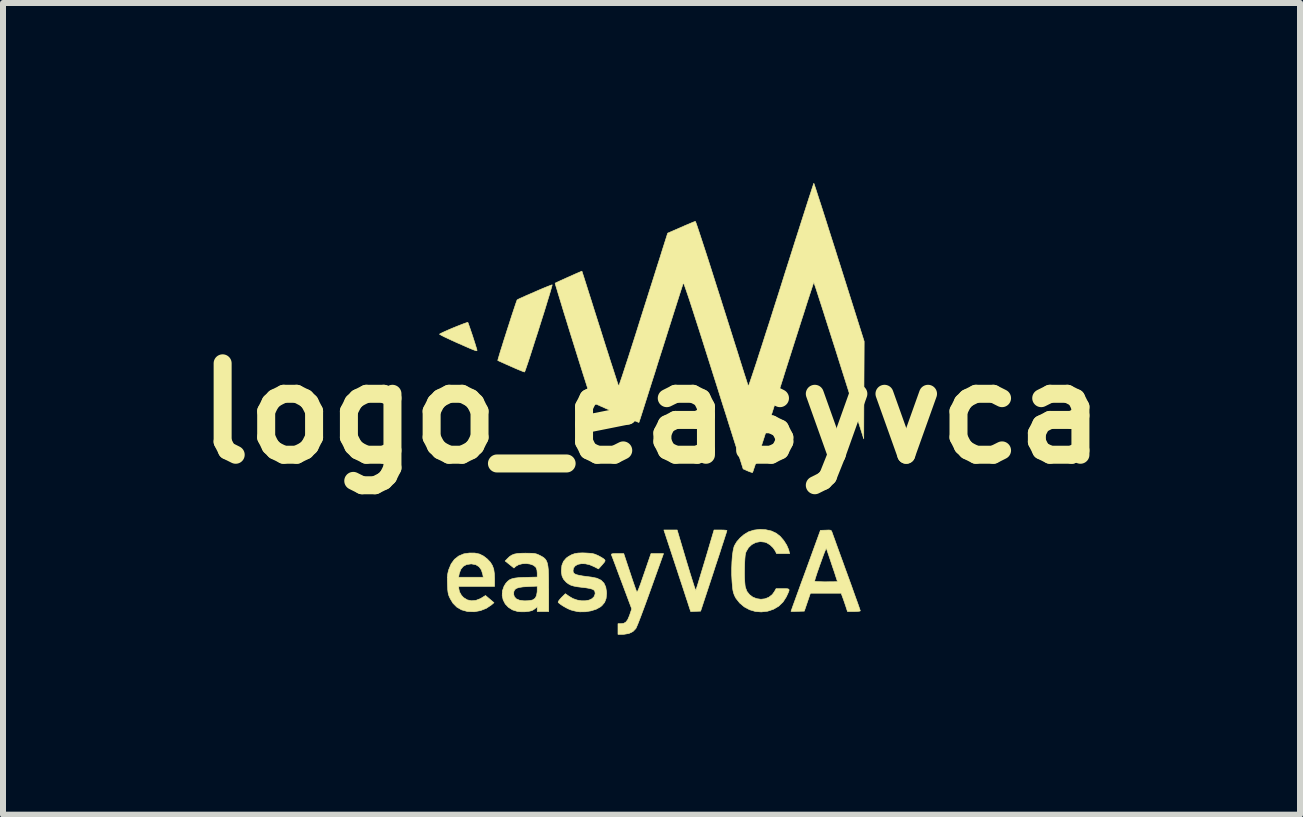
<source format=kicad_pcb>
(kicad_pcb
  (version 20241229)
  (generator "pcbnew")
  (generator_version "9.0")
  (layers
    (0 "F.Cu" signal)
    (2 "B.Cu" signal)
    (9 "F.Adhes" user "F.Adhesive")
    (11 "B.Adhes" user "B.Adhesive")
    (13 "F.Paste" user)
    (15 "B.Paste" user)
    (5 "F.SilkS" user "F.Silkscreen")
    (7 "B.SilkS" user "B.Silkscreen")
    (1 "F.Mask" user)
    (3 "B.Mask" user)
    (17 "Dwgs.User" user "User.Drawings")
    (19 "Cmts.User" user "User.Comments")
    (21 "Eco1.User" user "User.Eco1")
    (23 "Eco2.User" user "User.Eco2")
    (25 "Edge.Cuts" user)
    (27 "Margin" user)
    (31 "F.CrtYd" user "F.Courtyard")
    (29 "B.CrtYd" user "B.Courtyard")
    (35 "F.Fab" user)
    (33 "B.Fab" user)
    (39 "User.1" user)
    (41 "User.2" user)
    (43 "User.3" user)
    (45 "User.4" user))
  (footprint "logo_easyvca"
    (layer "F.Cu")
    (at 7.809 3.84)
    (property "Reference" "logo_easyvca" (at 0 0 0) (layer "F.SilkS") (effects (font (size 1.524 1.524) (thickness 0.3))))
    (attr through_hole)
    (fp_poly (pts (xy -3.061 -1.516) (xy -3.055 -1.502) (xy -3.043 -1.468) (xy -3.026 -1.419) (xy -3.006 -1.36) (xy -2.984 -1.296) (xy -2.963 -1.23) (xy -2.943 -1.168) (xy -2.927 -1.115) (xy -2.914 -1.074) (xy -2.909 -1.052) (xy -2.908 -1.049) (xy -2.911 -1.045) (xy -2.92 -1.044) (xy -2.937 -1.048) (xy -2.966 -1.059) (xy -3.009 -1.076) (xy -3.067 -1.101) (xy -3.144 -1.135) (xy -3.242 -1.178) (xy -3.322 -1.214) (xy -3.394 -1.248) (xy -3.454 -1.276) (xy -3.499 -1.299) (xy -3.527 -1.315) (xy -3.534 -1.321) (xy -3.515 -1.332) (xy -3.478 -1.35) (xy -3.428 -1.373) (xy -3.369 -1.399) (xy -3.305 -1.426) (xy -3.241 -1.452) (xy -3.18 -1.476) (xy -3.128 -1.496) (xy -3.088 -1.51) (xy -3.065 -1.517) (xy -3.061 -1.516)) (stroke (width 0.01) (type solid)) (fill yes) (layer "F.SilkS"))
    (fp_poly (pts (xy 0.578 2.451) (xy 0.611 2.559) (xy 0.641 2.659) (xy 0.669 2.748) (xy 0.693 2.824) (xy 0.712 2.884) (xy 0.727 2.926) (xy 0.735 2.947) (xy 0.737 2.949) (xy 0.742 2.939) (xy 0.751 2.91) (xy 0.766 2.864) (xy 0.786 2.798) (xy 0.812 2.712) (xy 0.844 2.606) (xy 0.883 2.478) (xy 0.928 2.328) (xy 0.979 2.155) (xy 1.024 2.003) (xy 1.042 1.943) (xy 1.15 1.943) (xy 1.198 1.944) (xy 1.236 1.947) (xy 1.255 1.951) (xy 1.257 1.953) (xy 1.253 1.966) (xy 1.242 2.002) (xy 1.224 2.057) (xy 1.201 2.129) (xy 1.172 2.217) (xy 1.14 2.318) (xy 1.103 2.43) (xy 1.063 2.55) (xy 1.038 2.629) (xy 0.818 3.296) (xy 0.736 3.299) (xy 0.653 3.303) (xy 0.612 3.179) (xy 0.6 3.14) (xy 0.58 3.081) (xy 0.555 3.004) (xy 0.525 2.912) (xy 0.491 2.809) (xy 0.454 2.697) (xy 0.416 2.58) (xy 0.389 2.499) (xy 0.206 1.943) (xy 0.427 1.943) (xy 0.578 2.451)) (stroke (width 0.01) (type solid)) (fill yes) (layer "F.SilkS"))
    (fp_poly (pts (xy -0.363 2.638) (xy -0.335 2.723) (xy -0.309 2.8) (xy -0.286 2.867) (xy -0.267 2.92) (xy -0.254 2.956) (xy -0.249 2.968) (xy -0.244 2.974) (xy -0.238 2.971) (xy -0.229 2.958) (xy -0.217 2.932) (xy -0.201 2.89) (xy -0.179 2.831) (xy -0.152 2.752) (xy -0.122 2.666) (xy -0.009 2.337) (xy 0.2 2.337) (xy -0.015 2.937) (xy -0.058 3.056) (xy -0.099 3.169) (xy -0.138 3.274) (xy -0.173 3.368) (xy -0.204 3.449) (xy -0.229 3.513) (xy -0.249 3.559) (xy -0.26 3.584) (xy -0.261 3.585) (xy -0.31 3.636) (xy -0.376 3.668) (xy -0.459 3.682) (xy -0.479 3.683) (xy -0.559 3.683) (xy -0.559 3.505) (xy -0.51 3.505) (xy -0.464 3.499) (xy -0.428 3.478) (xy -0.398 3.44) (xy -0.372 3.38) (xy -0.363 3.356) (xy -0.33 3.258) (xy -0.494 2.819) (xy -0.532 2.719) (xy -0.567 2.625) (xy -0.598 2.541) (xy -0.625 2.47) (xy -0.646 2.414) (xy -0.661 2.376) (xy -0.667 2.359) (xy -0.667 2.359) (xy -0.669 2.348) (xy -0.661 2.342) (xy -0.64 2.338) (xy -0.6 2.337) (xy -0.569 2.337) (xy -0.463 2.337) (xy -0.363 2.638)) (stroke (width 0.01) (type solid)) (fill yes) (layer "F.SilkS"))
    (fp_poly (pts (xy -1.658 -2.13) (xy -1.668 -2.095) (xy -1.683 -2.041) (xy -1.704 -1.971) (xy -1.73 -1.887) (xy -1.759 -1.791) (xy -1.791 -1.687) (xy -1.826 -1.577) (xy -1.862 -1.463) (xy -1.898 -1.348) (xy -1.935 -1.235) (xy -1.97 -1.125) (xy -2.003 -1.022) (xy -2.033 -0.929) (xy -2.06 -0.847) (xy -2.083 -0.78) (xy -2.1 -0.73) (xy -2.112 -0.699) (xy -2.116 -0.69) (xy -2.131 -0.694) (xy -2.165 -0.707) (xy -2.214 -0.727) (xy -2.275 -0.753) (xy -2.343 -0.783) (xy -2.411 -0.813) (xy -2.471 -0.84) (xy -2.519 -0.862) (xy -2.55 -0.876) (xy -2.563 -0.882) (xy -2.563 -0.882) (xy -2.56 -0.895) (xy -2.55 -0.929) (xy -2.535 -0.98) (xy -2.515 -1.047) (xy -2.49 -1.125) (xy -2.463 -1.213) (xy -2.433 -1.306) (xy -2.403 -1.401) (xy -2.372 -1.496) (xy -2.343 -1.588) (xy -2.315 -1.673) (xy -2.29 -1.748) (xy -2.269 -1.811) (xy -2.253 -1.857) (xy -2.243 -1.885) (xy -2.24 -1.891) (xy -2.224 -1.901) (xy -2.189 -1.918) (xy -2.139 -1.94) (xy -2.078 -1.968) (xy -2.01 -1.997) (xy -1.939 -2.028) (xy -1.868 -2.059) (xy -1.802 -2.087) (xy -1.743 -2.111) (xy -1.697 -2.129) (xy -1.667 -2.14) (xy -1.656 -2.143) (xy -1.658 -2.13)) (stroke (width 0.01) (type solid)) (fill yes) (layer "F.SilkS"))
    (fp_poly (pts (xy -2.944 2.328) (xy -2.868 2.344) (xy -2.8 2.378) (xy -2.737 2.427) (xy -2.687 2.48) (xy -2.653 2.534) (xy -2.63 2.597) (xy -2.619 2.674) (xy -2.616 2.756) (xy -2.616 2.883) (xy -3.213 2.883) (xy -3.213 2.915) (xy -3.201 2.974) (xy -3.169 3.031) (xy -3.133 3.07) (xy -3.071 3.108) (xy -3.001 3.123) (xy -2.926 3.116) (xy -2.849 3.086) (xy -2.83 3.074) (xy -2.767 3.035) (xy -2.626 3.155) (xy -2.669 3.192) (xy -2.754 3.249) (xy -2.851 3.287) (xy -2.955 3.306) (xy -3.06 3.302) (xy -3.071 3.301) (xy -3.167 3.274) (xy -3.246 3.228) (xy -3.31 3.163) (xy -3.355 3.088) (xy -3.373 3.05) (xy -3.385 3.017) (xy -3.392 2.981) (xy -3.397 2.938) (xy -3.4 2.878) (xy -3.401 2.849) (xy -3.403 2.777) (xy -3.402 2.731) (xy -3.216 2.731) (xy -2.804 2.731) (xy -2.813 2.683) (xy -2.836 2.609) (xy -2.874 2.556) (xy -2.928 2.522) (xy -2.998 2.509) (xy -3.01 2.509) (xy -3.082 2.519) (xy -3.138 2.549) (xy -3.179 2.6) (xy -3.205 2.67) (xy -3.207 2.683) (xy -3.216 2.731) (xy -3.402 2.731) (xy -3.402 2.723) (xy -3.398 2.68) (xy -3.389 2.639) (xy -3.38 2.605) (xy -3.34 2.509) (xy -3.285 2.433) (xy -3.214 2.377) (xy -3.129 2.341) (xy -3.035 2.327) (xy -2.944 2.328)) (stroke (width 0.01) (type solid)) (fill yes) (layer "F.SilkS"))
    (fp_poly (pts (xy 1.904 1.939) (xy 1.998 1.96) (xy 2.079 1.998) (xy 2.079 1.998) (xy 2.145 2.05) (xy 2.204 2.119) (xy 2.253 2.196) (xy 2.286 2.273) (xy 2.292 2.296) (xy 2.301 2.337) (xy 2.084 2.337) (xy 2.063 2.293) (xy 2.027 2.24) (xy 1.977 2.192) (xy 1.92 2.157) (xy 1.89 2.146) (xy 1.813 2.137) (xy 1.738 2.151) (xy 1.671 2.186) (xy 1.616 2.238) (xy 1.576 2.306) (xy 1.568 2.329) (xy 1.561 2.367) (xy 1.556 2.425) (xy 1.552 2.497) (xy 1.55 2.577) (xy 1.549 2.66) (xy 1.55 2.74) (xy 1.554 2.811) (xy 1.559 2.867) (xy 1.563 2.894) (xy 1.589 2.965) (xy 1.633 3.021) (xy 1.689 3.063) (xy 1.754 3.088) (xy 1.823 3.098) (xy 1.891 3.09) (xy 1.956 3.064) (xy 2.012 3.02) (xy 2.047 2.972) (xy 2.076 2.921) (xy 2.188 2.921) (xy 2.241 2.921) (xy 2.274 2.924) (xy 2.291 2.934) (xy 2.292 2.954) (xy 2.278 2.989) (xy 2.253 3.043) (xy 2.247 3.057) (xy 2.192 3.143) (xy 2.12 3.213) (xy 2.033 3.264) (xy 1.935 3.297) (xy 1.829 3.309) (xy 1.73 3.301) (xy 1.635 3.273) (xy 1.546 3.225) (xy 1.469 3.16) (xy 1.408 3.083) (xy 1.391 3.052) (xy 1.376 3.018) (xy 1.365 2.985) (xy 1.356 2.946) (xy 1.35 2.896) (xy 1.344 2.829) (xy 1.342 2.803) (xy 1.336 2.692) (xy 1.336 2.58) (xy 1.34 2.474) (xy 1.347 2.376) (xy 1.359 2.292) (xy 1.374 2.226) (xy 1.384 2.201) (xy 1.421 2.139) (xy 1.476 2.076) (xy 1.541 2.02) (xy 1.611 1.977) (xy 1.619 1.973) (xy 1.707 1.945) (xy 1.805 1.933) (xy 1.904 1.939)) (stroke (width 0.01) (type solid)) (fill yes) (layer "F.SilkS"))
    (fp_poly (pts (xy -2.033 2.331) (xy -1.983 2.332) (xy -1.947 2.336) (xy -1.917 2.343) (xy -1.889 2.354) (xy -1.864 2.366) (xy -1.826 2.386) (xy -1.795 2.406) (xy -1.77 2.43) (xy -1.751 2.459) (xy -1.737 2.496) (xy -1.727 2.545) (xy -1.72 2.609) (xy -1.717 2.688) (xy -1.715 2.788) (xy -1.715 2.909) (xy -1.714 2.929) (xy -1.714 3.302) (xy -1.905 3.302) (xy -1.905 3.221) (xy -1.934 3.248) (xy -1.966 3.272) (xy -1.994 3.287) (xy -2.045 3.299) (xy -2.111 3.306) (xy -2.18 3.306) (xy -2.234 3.301) (xy -2.317 3.275) (xy -2.385 3.232) (xy -2.438 3.176) (xy -2.473 3.108) (xy -2.489 3.034) (xy -2.487 3.009) (xy -2.299 3.009) (xy -2.287 3.055) (xy -2.254 3.091) (xy -2.2 3.114) (xy -2.126 3.124) (xy -2.105 3.124) (xy -2.053 3.122) (xy -2.005 3.115) (xy -1.976 3.107) (xy -1.94 3.081) (xy -1.917 3.038) (xy -1.906 2.976) (xy -1.905 2.943) (xy -1.905 2.879) (xy -2.054 2.886) (xy -2.141 2.891) (xy -2.205 2.901) (xy -2.25 2.915) (xy -2.279 2.937) (xy -2.294 2.967) (xy -2.299 3.007) (xy -2.299 3.009) (xy -2.487 3.009) (xy -2.485 2.957) (xy -2.458 2.881) (xy -2.43 2.835) (xy -2.4 2.801) (xy -2.368 2.775) (xy -2.328 2.757) (xy -2.277 2.745) (xy -2.209 2.737) (xy -2.121 2.733) (xy -2.099 2.733) (xy -1.905 2.728) (xy -1.905 2.661) (xy -1.91 2.608) (xy -1.925 2.57) (xy -1.931 2.561) (xy -1.97 2.53) (xy -2.025 2.511) (xy -2.088 2.502) (xy -2.154 2.506) (xy -2.214 2.521) (xy -2.262 2.548) (xy -2.266 2.552) (xy -2.293 2.577) (xy -2.44 2.46) (xy -2.404 2.423) (xy -2.367 2.387) (xy -2.329 2.362) (xy -2.286 2.345) (xy -2.232 2.335) (xy -2.163 2.331) (xy -2.102 2.33) (xy -2.033 2.331)) (stroke (width 0.01) (type solid)) (fill yes) (layer "F.SilkS"))
    (fp_poly (pts (xy 2.979 1.946) (xy 2.994 1.953) (xy 3.003 1.967) (xy 3.007 1.977) (xy 3.014 1.996) (xy 3.028 2.036) (xy 3.05 2.095) (xy 3.077 2.171) (xy 3.11 2.262) (xy 3.147 2.364) (xy 3.188 2.476) (xy 3.231 2.596) (xy 3.25 2.647) (xy 3.294 2.768) (xy 3.335 2.881) (xy 3.372 2.986) (xy 3.405 3.078) (xy 3.434 3.157) (xy 3.456 3.22) (xy 3.471 3.264) (xy 3.479 3.288) (xy 3.48 3.291) (xy 3.468 3.296) (xy 3.437 3.3) (xy 3.392 3.302) (xy 3.373 3.302) (xy 3.266 3.302) (xy 3.238 3.216) (xy 3.219 3.16) (xy 3.199 3.102) (xy 3.185 3.064) (xy 3.16 2.997) (xy 2.648 2.997) (xy 2.546 3.296) (xy 2.435 3.299) (xy 2.386 3.301) (xy 2.348 3.301) (xy 2.327 3.3) (xy 2.324 3.299) (xy 2.329 3.287) (xy 2.341 3.253) (xy 2.36 3.199) (xy 2.386 3.128) (xy 2.417 3.042) (xy 2.453 2.943) (xy 2.493 2.832) (xy 2.506 2.797) (xy 2.718 2.797) (xy 2.73 2.8) (xy 2.763 2.803) (xy 2.812 2.805) (xy 2.874 2.807) (xy 2.908 2.807) (xy 2.975 2.806) (xy 3.031 2.806) (xy 3.073 2.805) (xy 3.096 2.804) (xy 3.099 2.803) (xy 3.095 2.79) (xy 3.084 2.758) (xy 3.068 2.709) (xy 3.049 2.649) (xy 3.026 2.582) (xy 3.002 2.511) (xy 2.979 2.441) (xy 2.957 2.376) (xy 2.938 2.32) (xy 2.924 2.278) (xy 2.915 2.252) (xy 2.913 2.248) (xy 2.908 2.255) (xy 2.896 2.283) (xy 2.878 2.327) (xy 2.857 2.383) (xy 2.834 2.447) (xy 2.809 2.516) (xy 2.785 2.585) (xy 2.762 2.65) (xy 2.743 2.708) (xy 2.728 2.755) (xy 2.72 2.787) (xy 2.718 2.797) (xy 2.506 2.797) (xy 2.537 2.713) (xy 2.57 2.623) (xy 2.815 1.949) (xy 2.905 1.946) (xy 2.951 1.944) (xy 2.979 1.946)) (stroke (width 0.01) (type solid)) (fill yes) (layer "F.SilkS"))
    (fp_poly (pts (xy -1.096 2.327) (xy -1.032 2.331) (xy -0.985 2.336) (xy -0.947 2.346) (xy -0.908 2.362) (xy -0.886 2.372) (xy -0.842 2.396) (xy -0.806 2.418) (xy -0.785 2.435) (xy -0.775 2.448) (xy -0.776 2.462) (xy -0.788 2.482) (xy -0.815 2.514) (xy -0.824 2.525) (xy -0.884 2.592) (xy -0.96 2.553) (xy -1.033 2.522) (xy -1.105 2.506) (xy -1.171 2.505) (xy -1.228 2.516) (xy -1.272 2.541) (xy -1.3 2.577) (xy -1.308 2.617) (xy -1.306 2.641) (xy -1.298 2.66) (xy -1.28 2.675) (xy -1.251 2.688) (xy -1.207 2.699) (xy -1.146 2.71) (xy -1.063 2.721) (xy -1 2.729) (xy -0.911 2.747) (xy -0.842 2.78) (xy -0.793 2.829) (xy -0.763 2.894) (xy -0.75 2.977) (xy -0.749 3.002) (xy -0.757 3.084) (xy -0.782 3.15) (xy -0.827 3.204) (xy -0.854 3.226) (xy -0.923 3.264) (xy -1.009 3.291) (xy -1.102 3.306) (xy -1.196 3.307) (xy -1.238 3.302) (xy -1.289 3.291) (xy -1.341 3.277) (xy -1.355 3.272) (xy -1.394 3.255) (xy -1.439 3.231) (xy -1.485 3.204) (xy -1.524 3.177) (xy -1.55 3.156) (xy -1.556 3.149) (xy -1.552 3.132) (xy -1.531 3.103) (xy -1.501 3.069) (xy -1.436 3.005) (xy -1.377 3.047) (xy -1.311 3.086) (xy -1.24 3.111) (xy -1.169 3.123) (xy -1.102 3.123) (xy -1.041 3.112) (xy -0.991 3.088) (xy -0.957 3.054) (xy -0.94 3.009) (xy -0.94 2.996) (xy -0.944 2.968) (xy -0.957 2.947) (xy -0.984 2.931) (xy -1.028 2.918) (xy -1.091 2.907) (xy -1.15 2.9) (xy -1.233 2.89) (xy -1.296 2.878) (xy -1.345 2.863) (xy -1.384 2.842) (xy -1.419 2.816) (xy -1.427 2.808) (xy -1.468 2.761) (xy -1.492 2.709) (xy -1.502 2.643) (xy -1.502 2.616) (xy -1.494 2.533) (xy -1.467 2.466) (xy -1.421 2.412) (xy -1.387 2.387) (xy -1.334 2.357) (xy -1.282 2.338) (xy -1.224 2.328) (xy -1.152 2.325) (xy -1.096 2.327)) (stroke (width 0.01) (type solid)) (fill yes) (layer "F.SilkS"))
    (fp_poly (pts (xy 2.71 -3.823) (xy 2.721 -3.789) (xy 2.74 -3.733) (xy 2.764 -3.658) (xy 2.794 -3.565) (xy 2.83 -3.455) (xy 2.87 -3.33) (xy 2.914 -3.192) (xy 2.961 -3.043) (xy 3.012 -2.883) (xy 3.066 -2.714) (xy 3.121 -2.538) (xy 3.128 -2.518) (xy 3.544 -1.2) (xy 3.54 -0.388) (xy 3.537 0.424) (xy 3.124 -0.88) (xy 3.069 -1.056) (xy 3.015 -1.224) (xy 2.964 -1.384) (xy 2.916 -1.534) (xy 2.872 -1.673) (xy 2.832 -1.798) (xy 2.796 -1.908) (xy 2.766 -2.002) (xy 2.741 -2.079) (xy 2.722 -2.135) (xy 2.71 -2.171) (xy 2.705 -2.184) (xy 2.705 -2.184) (xy 2.7 -2.172) (xy 2.688 -2.138) (xy 2.67 -2.082) (xy 2.645 -2.006) (xy 2.614 -1.911) (xy 2.578 -1.799) (xy 2.538 -1.672) (xy 2.492 -1.53) (xy 2.443 -1.376) (xy 2.39 -1.21) (xy 2.334 -1.034) (xy 2.275 -0.849) (xy 2.214 -0.657) (xy 2.197 -0.601) (xy 2.135 -0.407) (xy 2.076 -0.22) (xy 2.019 -0.041) (xy 1.965 0.128) (xy 1.914 0.286) (xy 1.867 0.432) (xy 1.824 0.564) (xy 1.786 0.68) (xy 1.753 0.78) (xy 1.726 0.862) (xy 1.705 0.924) (xy 1.691 0.966) (xy 1.683 0.984) (xy 1.683 0.986) (xy 1.665 0.982) (xy 1.632 0.971) (xy 1.598 0.957) (xy 1.527 0.925) (xy 1.488 0.802) (xy 1.479 0.774) (xy 1.463 0.724) (xy 1.44 0.652) (xy 1.412 0.562) (xy 1.377 0.453) (xy 1.338 0.329) (xy 1.294 0.191) (xy 1.247 0.04) (xy 1.195 -0.122) (xy 1.141 -0.293) (xy 1.085 -0.472) (xy 1.026 -0.657) (xy 0.994 -0.759) (xy 0.915 -1.008) (xy 0.844 -1.233) (xy 0.78 -1.433) (xy 0.723 -1.61) (xy 0.674 -1.762) (xy 0.632 -1.891) (xy 0.597 -1.995) (xy 0.569 -2.076) (xy 0.549 -2.133) (xy 0.536 -2.166) (xy 0.53 -2.175) (xy 0.53 -2.175) (xy 0.525 -2.16) (xy 0.513 -2.122) (xy 0.494 -2.064) (xy 0.469 -1.986) (xy 0.439 -1.891) (xy 0.404 -1.781) (xy 0.364 -1.656) (xy 0.321 -1.519) (xy 0.274 -1.372) (xy 0.225 -1.216) (xy 0.173 -1.052) (xy 0.157 -1.003) (xy 0.105 -0.839) (xy 0.056 -0.681) (xy 0.008 -0.532) (xy -0.036 -0.393) (xy -0.076 -0.266) (xy -0.112 -0.153) (xy -0.143 -0.055) (xy -0.169 0.026) (xy -0.189 0.088) (xy -0.203 0.13) (xy -0.21 0.15) (xy -0.21 0.151) (xy -0.222 0.147) (xy -0.254 0.134) (xy -0.303 0.114) (xy -0.364 0.088) (xy -0.436 0.057) (xy -0.515 0.024) (xy -0.597 -0.012) (xy -0.679 -0.047) (xy -0.758 -0.081) (xy -0.83 -0.113) (xy -0.892 -0.141) (xy -0.942 -0.163) (xy -0.975 -0.178) (xy -0.987 -0.184) (xy -0.992 -0.197) (xy -1.004 -0.231) (xy -1.022 -0.286) (xy -1.045 -0.358) (xy -1.073 -0.445) (xy -1.105 -0.546) (xy -1.141 -0.658) (xy -1.179 -0.779) (xy -1.219 -0.906) (xy -1.26 -1.038) (xy -1.302 -1.172) (xy -1.344 -1.306) (xy -1.385 -1.438) (xy -1.424 -1.566) (xy -1.462 -1.687) (xy -1.496 -1.8) (xy -1.527 -1.902) (xy -1.554 -1.99) (xy -1.576 -2.064) (xy -1.593 -2.119) (xy -1.603 -2.155) (xy -1.607 -2.17) (xy -1.607 -2.17) (xy -1.594 -2.177) (xy -1.562 -2.192) (xy -1.517 -2.213) (xy -1.461 -2.238) (xy -1.4 -2.266) (xy -1.338 -2.293) (xy -1.279 -2.32) (xy -1.228 -2.342) (xy -1.188 -2.359) (xy -1.165 -2.369) (xy -1.16 -2.37) (xy -1.156 -2.358) (xy -1.145 -2.323) (xy -1.127 -2.268) (xy -1.104 -2.195) (xy -1.075 -2.104) (xy -1.042 -1.999) (xy -1.004 -1.88) (xy -0.963 -1.749) (xy -0.919 -1.61) (xy -0.872 -1.462) (xy -0.857 -1.416) (xy -0.81 -1.266) (xy -0.765 -1.123) (xy -0.722 -0.99) (xy -0.683 -0.866) (xy -0.647 -0.756) (xy -0.616 -0.66) (xy -0.59 -0.58) (xy -0.57 -0.518) (xy -0.556 -0.476) (xy -0.549 -0.456) (xy -0.548 -0.455) (xy -0.543 -0.465) (xy -0.531 -0.498) (xy -0.513 -0.551) (xy -0.488 -0.624) (xy -0.459 -0.713) (xy -0.425 -0.818) (xy -0.386 -0.936) (xy -0.345 -1.065) (xy -0.3 -1.205) (xy -0.253 -1.353) (xy -0.236 -1.407) (xy -0.186 -1.567) (xy -0.135 -1.728) (xy -0.085 -1.885) (xy -0.037 -2.038) (xy 0.009 -2.182) (xy 0.051 -2.315) (xy 0.089 -2.436) (xy 0.122 -2.539) (xy 0.149 -2.624) (xy 0.168 -2.686) (xy 0.269 -3.004) (xy 0.494 -3.102) (xy 0.564 -3.133) (xy 0.627 -3.159) (xy 0.678 -3.181) (xy 0.714 -3.195) (xy 0.731 -3.2) (xy 0.731 -3.2) (xy 0.736 -3.189) (xy 0.749 -3.154) (xy 0.768 -3.098) (xy 0.793 -3.023) (xy 0.824 -2.929) (xy 0.86 -2.819) (xy 0.901 -2.694) (xy 0.946 -2.555) (xy 0.994 -2.405) (xy 1.045 -2.244) (xy 1.099 -2.074) (xy 1.156 -1.896) (xy 1.174 -1.838) (xy 1.231 -1.658) (xy 1.286 -1.485) (xy 1.338 -1.32) (xy 1.387 -1.164) (xy 1.433 -1.02) (xy 1.474 -0.888) (xy 1.511 -0.771) (xy 1.543 -0.669) (xy 1.57 -0.586) (xy 1.591 -0.521) (xy 1.605 -0.477) (xy 1.612 -0.455) (xy 1.612 -0.453) (xy 1.617 -0.462) (xy 1.63 -0.494) (xy 1.649 -0.549) (xy 1.675 -0.626) (xy 1.708 -0.725) (xy 1.748 -0.845) (xy 1.793 -0.986) (xy 1.845 -1.146) (xy 1.902 -1.325) (xy 1.966 -1.522) (xy 2.034 -1.737) (xy 2.108 -1.969) (xy 2.16 -2.133) (xy 2.223 -2.334) (xy 2.285 -2.528) (xy 2.344 -2.714) (xy 2.4 -2.891) (xy 2.453 -3.056) (xy 2.502 -3.21) (xy 2.547 -3.35) (xy 2.587 -3.475) (xy 2.622 -3.584) (xy 2.652 -3.675) (xy 2.675 -3.747) (xy 2.692 -3.798) (xy 2.702 -3.828) (xy 2.705 -3.835) (xy 2.71 -3.823)) (stroke (width 0.01) (type solid)) (fill yes) (layer "F.SilkS")))
  (gr_rect
    (start -3 -3)
    (end 18.617 10.528)
    (stroke (width 0.1) (type default))
    (fill no)
    (layer "Edge.Cuts")))
</source>
